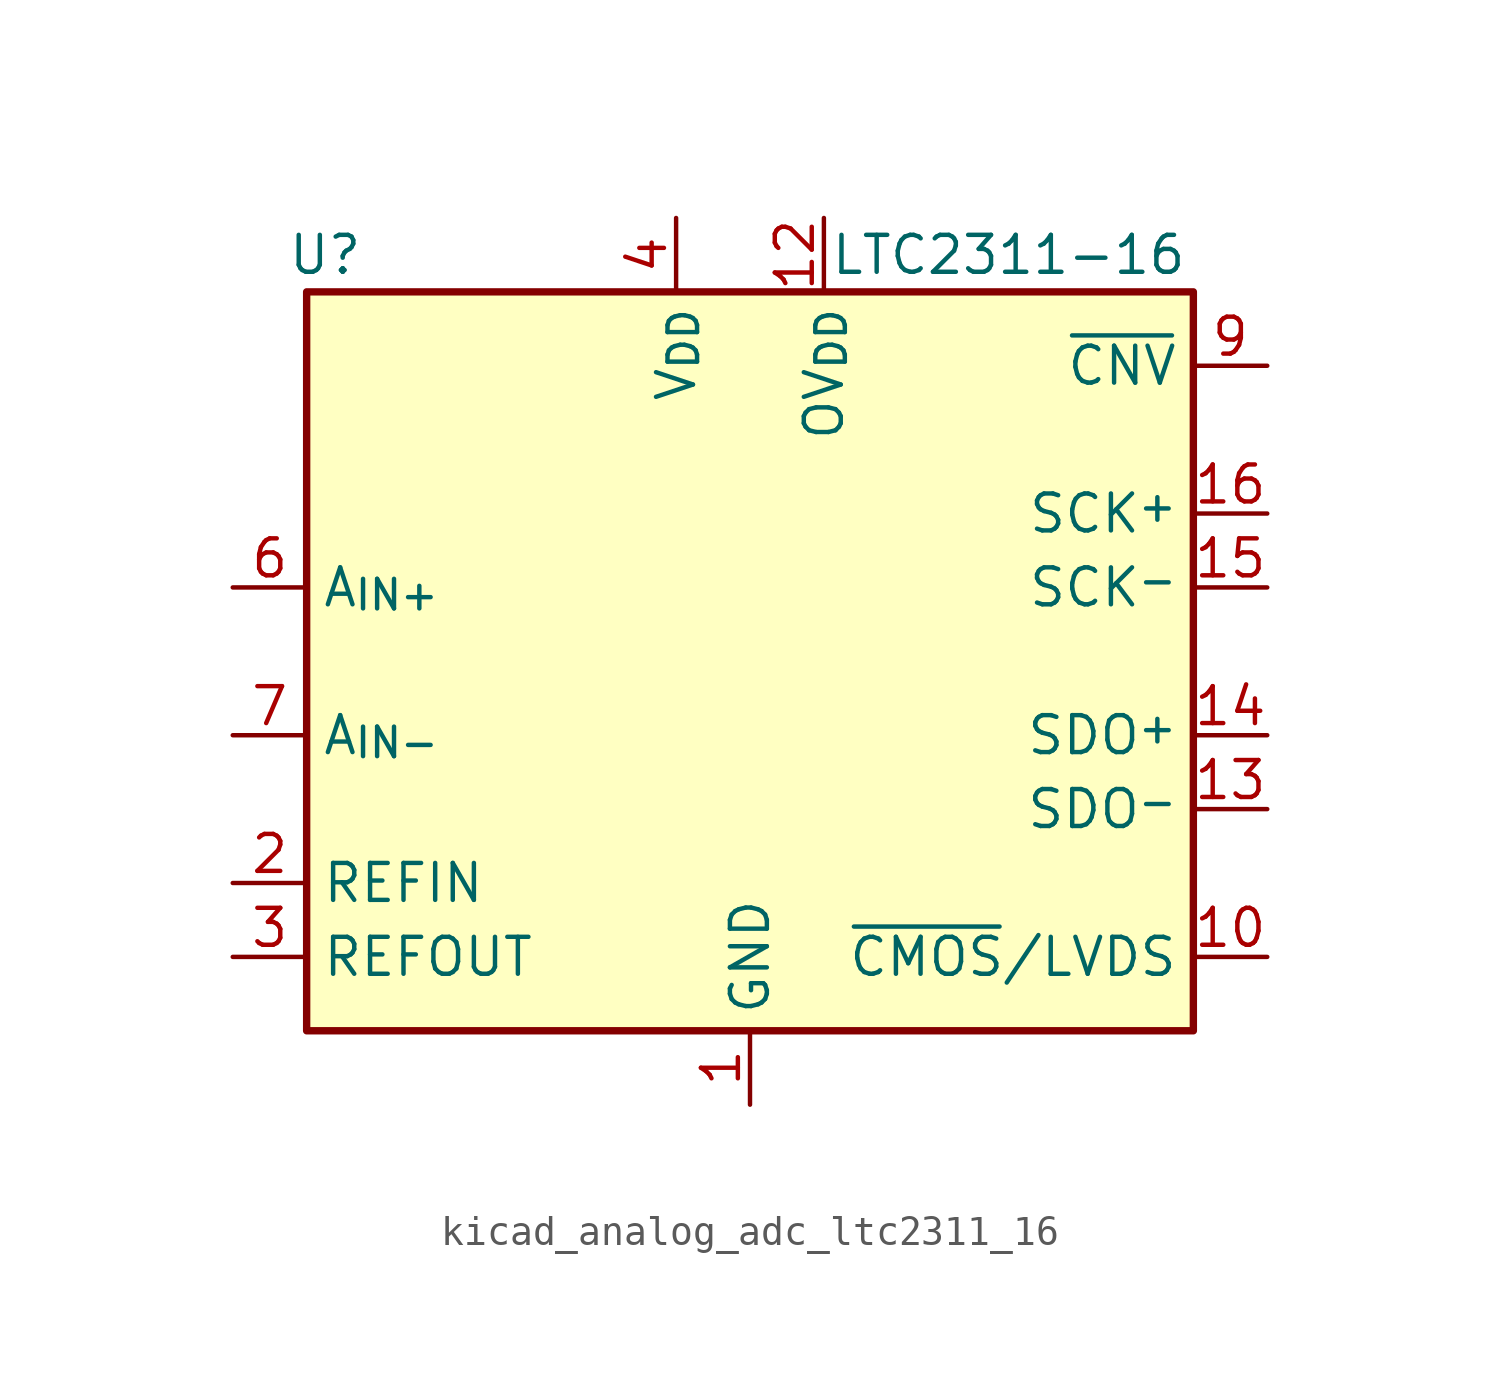
<source format=kicad_sym>
(kicad_symbol_lib
  (version 20220914)
  (generator kicad_symbol_editor)
  (symbol "kicad_analog_adc_ltc2311_16"
    (property "Reference" "U"
      (at -14.605 13.97 0)
      (effects (font (size 1.27 1.27))))
    (property "Value" "LTC2311-16"
      (at 8.89 13.97 0)
      (effects (font (size 1.27 1.27))))
    (symbol "kicad_analog_adc_ltc2311_16_0_1"
      (rectangle (start -15.24 12.7) (end 15.24 -12.7) (stroke (width 0.254) (type default)) (fill (type background))))
    (symbol "kicad_analog_adc_ltc2311_16_1_1"
      (pin power_in line (at 0 -15.24 90) (length 2.54) (name "GND" (effects (font (size 1.27 1.27)))) (number "1" (effects (font (size 1.27 1.27)))))
      (pin input line (at 17.78 -10.16 180) (length 2.54) (name "~{CMOS}/LVDS" (effects (font (size 1.27 1.27)))) (number "10" (effects (font (size 1.27 1.27)))))
      (pin passive line (at 0 -15.24 90) (length 2.54) hide (name "GND" (effects (font (size 1.27 1.27)))) (number "11" (effects (font (size 1.27 1.27)))))
      (pin power_in line (at 2.54 15.24 270) (length 2.54) (name "OV_{DD}" (effects (font (size 1.27 1.27)))) (number "12" (effects (font (size 1.27 1.27)))))
      (pin tri_state line (at 17.78 -5.08 180) (length 2.54) (name "SDO^{-}" (effects (font (size 1.27 1.27)))) (number "13" (effects (font (size 1.27 1.27)))))
      (pin tri_state line (at 17.78 -2.54 180) (length 2.54) (name "SDO^{+}" (effects (font (size 1.27 1.27)))) (number "14" (effects (font (size 1.27 1.27)))))
      (pin input line (at 17.78 2.54 180) (length 2.54) (name "SCK^{-}" (effects (font (size 1.27 1.27)))) (number "15" (effects (font (size 1.27 1.27)))))
      (pin input line (at 17.78 5.08 180) (length 2.54) (name "SCK^{+}" (effects (font (size 1.27 1.27)))) (number "16" (effects (font (size 1.27 1.27)))))
      (pin passive line (at -17.78 -7.62 0) (length 2.54) (name "REFIN" (effects (font (size 1.27 1.27)))) (number "2" (effects (font (size 1.27 1.27)))))
      (pin passive line (at -17.78 -10.16 0) (length 2.54) (name "REFOUT" (effects (font (size 1.27 1.27)))) (number "3" (effects (font (size 1.27 1.27)))))
      (pin power_in line (at -2.54 15.24 270) (length 2.54) (name "V_{DD}" (effects (font (size 1.27 1.27)))) (number "4" (effects (font (size 1.27 1.27)))))
      (pin passive line (at 0 -15.24 90) (length 2.54) hide (name "GND" (effects (font (size 1.27 1.27)))) (number "5" (effects (font (size 1.27 1.27)))))
      (pin input line (at -17.78 2.54 0) (length 2.54) (name "A_{IN+}" (effects (font (size 1.27 1.27)))) (number "6" (effects (font (size 1.27 1.27)))))
      (pin input line (at -17.78 -2.54 0) (length 2.54) (name "A_{IN-}" (effects (font (size 1.27 1.27)))) (number "7" (effects (font (size 1.27 1.27)))))
      (pin passive line (at 0 -15.24 90) (length 2.54) hide (name "GND" (effects (font (size 1.27 1.27)))) (number "8" (effects (font (size 1.27 1.27)))))
      (pin input line (at 17.78 10.16 180) (length 2.54) (name "~{CNV}" (effects (font (size 1.27 1.27)))) (number "9" (effects (font (size 1.27 1.27))))))))
</source>
